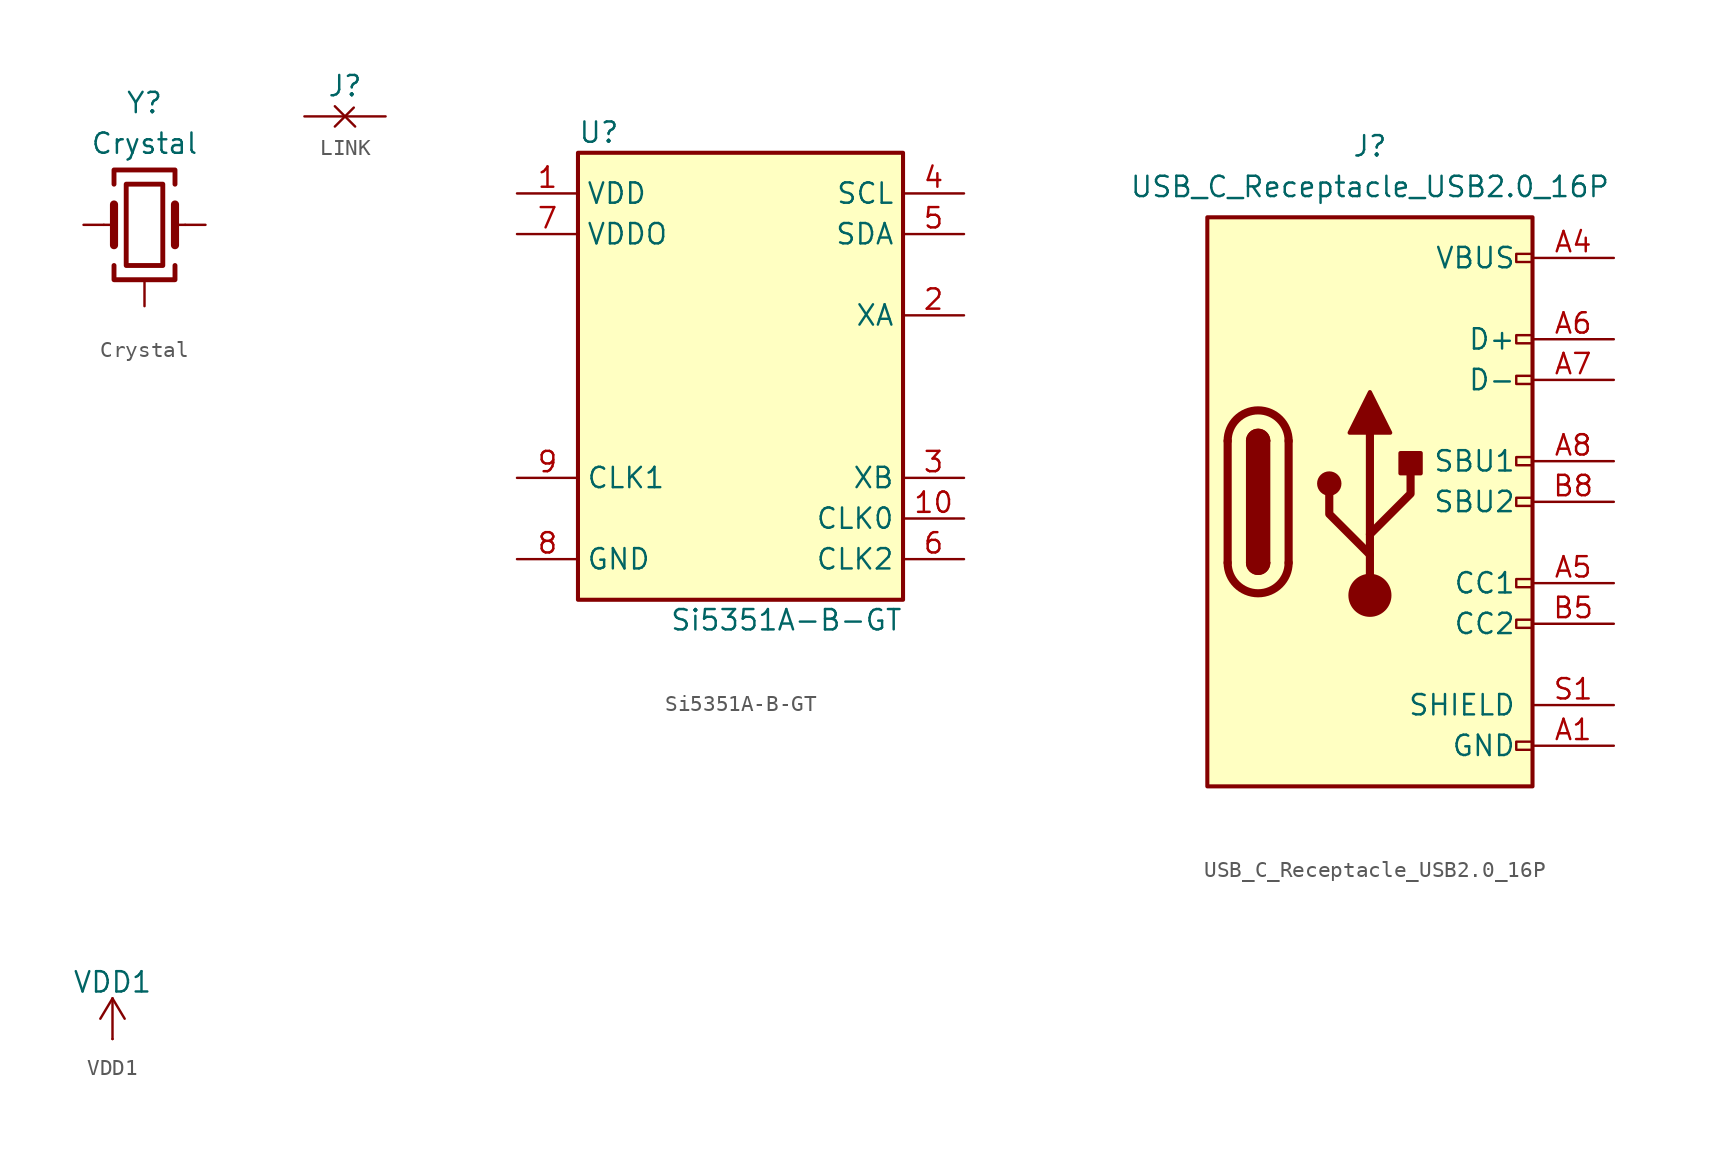
<source format=kicad_sym>
(kicad_symbol_lib
  (version 20231120)
  (generator "kicad_symbol_editor")
  (generator_version "8.0")
  (symbol "Crystal"
    (pin_numbers hide)
    (pin_names
      (offset 1.016) hide)
    (property "Reference" "Y"
      (at 0 7.62 0)
      (effects (font (size 1.27 1.27))))
    (property "Value" "Crystal"
      (at 0 5.08 0)
      (effects (font (size 1.27 1.27))))
    (symbol "Crystal_0_1"
      (polyline (pts (xy -2.54 0) (xy -1.905 0)) (stroke (width 0) (type default)) (fill (type none)))
      (polyline (pts (xy -1.905 -1.27) (xy -1.905 1.27)) (stroke (width 0.508) (type default)) (fill (type none)))
      (polyline (pts (xy 1.905 -1.27) (xy 1.905 1.27)) (stroke (width 0.508) (type default)) (fill (type none)))
      (polyline (pts (xy 2.54 0) (xy 1.905 0)) (stroke (width 0) (type default)) (fill (type none))))
    (symbol "Crystal_1_1"
      (rectangle (start -1.143 2.54) (end 1.143 -2.54) (stroke (width 0.305) (type default)) (fill (type none)))
      (polyline (pts (xy -1.905 -2.54) (xy -1.905 -3.429) (xy 1.905 -3.429) (xy 1.905 -2.54)) (stroke (width 0.305) (type default)) (fill (type none)))
      (polyline (pts (xy -1.905 2.54) (xy -1.905 3.429) (xy 1.905 3.429) (xy 1.905 2.54)) (stroke (width 0.305) (type default)) (fill (type none)))
      (pin passive line (at -3.81 0 0) (length 1.27) (name "1" (effects (font (size 1.27 1.27)))) (number "1" (effects (font (size 1.27 1.27)))))
      (pin power_in line (at 0 -5.08 90) (length 1.651) (name "GND" (effects (font (size 1.27 1.27)))) (number "2" (effects (font (size 1.27 1.27)))))
      (pin passive line (at 3.81 0 180) (length 1.27) (name "3" (effects (font (size 1.27 1.27)))) (number "3" (effects (font (size 1.27 1.27)))))
      (pin power_in line (at 0 -5.08 90) (length 1.651) hide (name "GND" (effects (font (size 1.27 1.27)))) (number "4" (effects (font (size 1.27 1.27)))))))
  (symbol "LINK"
    (pin_numbers hide)
    (property "Reference" "J"
      (at 0 1.905 0)
      (effects (font (size 1.27 1.27))))
    (property "Value" ""
      (at 0 0 0)
      (effects (font (size 1.27 1.27))))
    (symbol "LINK_0_1"
      (polyline (pts (xy -0.635 0.635) (xy 0.635 -0.635)) (stroke (width 0) (type default)) (fill (type none))))
    (symbol "LINK_1_1"
      (polyline (pts (xy -0.635 -0.635) (xy 0.635 0.635)) (stroke (width 0) (type dash)) (fill (type none)))
      (pin passive line (at -2.54 0 0) (length 2.54) (name "~" (effects (font (size 1.27 1.27)))) (number "1" (effects (font (size 1.27 1.27)))))
      (pin passive line (at 2.54 0 180) (length 2.54) (name "~" (effects (font (size 1.27 1.27)))) (number "2" (effects (font (size 1.27 1.27)))))))
  (symbol "Si5351A-B-GT"
    (property "Reference" "U"
      (at -10.16 8.89 0)
      (effects (font (size 1.27 1.27)) (justify left)))
    (property "Value" "Si5351A-B-GT"
      (at 10.16 -21.59 0)
      (effects (font (size 1.27 1.27)) (justify right)))
    (symbol "Si5351A-B-GT_0_1"
      (rectangle (start -10.16 7.62) (end 10.16 -20.32) (stroke (width 0.254) (type default)) (fill (type background))))
    (symbol "Si5351A-B-GT_1_1"
      (pin power_in line (at -13.97 5.08 0) (length 3.81) (name "VDD" (effects (font (size 1.27 1.27)))) (number "1" (effects (font (size 1.27 1.27)))))
      (pin output line (at 13.97 -15.24 180) (length 3.81) (name "CLK0" (effects (font (size 1.27 1.27)))) (number "10" (effects (font (size 1.27 1.27)))))
      (pin input line (at 13.97 -2.54 180) (length 3.81) (name "XA" (effects (font (size 1.27 1.27)))) (number "2" (effects (font (size 1.27 1.27)))))
      (pin input line (at 13.97 -12.7 180) (length 3.81) (name "XB" (effects (font (size 1.27 1.27)))) (number "3" (effects (font (size 1.27 1.27)))))
      (pin input line (at 13.97 5.08 180) (length 3.81) (name "SCL" (effects (font (size 1.27 1.27)))) (number "4" (effects (font (size 1.27 1.27)))))
      (pin bidirectional line (at 13.97 2.54 180) (length 3.81) (name "SDA" (effects (font (size 1.27 1.27)))) (number "5" (effects (font (size 1.27 1.27)))))
      (pin output line (at 13.97 -17.78 180) (length 3.81) (name "CLK2" (effects (font (size 1.27 1.27)))) (number "6" (effects (font (size 1.27 1.27)))))
      (pin power_in line (at -13.97 2.54 0) (length 3.81) (name "VDDO" (effects (font (size 1.27 1.27)))) (number "7" (effects (font (size 1.27 1.27)))))
      (pin power_in line (at -13.97 -17.78 0) (length 3.81) (name "GND" (effects (font (size 1.27 1.27)))) (number "8" (effects (font (size 1.27 1.27)))))
      (pin output line (at -13.97 -12.7 0) (length 3.81) (name "CLK1" (effects (font (size 1.27 1.27)))) (number "9" (effects (font (size 1.27 1.27)))))))
  (symbol "USB_C_Receptacle_USB2.0_16P"
    (pin_names
      (offset 1.016))
    (property "Reference" "J"
      (at 0 22.225 0)
      (effects (font (size 1.27 1.27))))
    (property "Value" "USB_C_Receptacle_USB2.0_16P"
      (at 0 19.685 0)
      (effects (font (size 1.27 1.27))))
    (symbol "USB_C_Receptacle_USB2.0_16P_0_0"
      (rectangle (start 10.16 -15.494) (end 9.144 -14.986) (stroke (width 0) (type default)) (fill (type none)))
      (rectangle (start 10.16 -7.366) (end 9.144 -7.874) (stroke (width 0) (type default)) (fill (type none)))
      (rectangle (start 10.16 -4.826) (end 9.144 -5.334) (stroke (width 0) (type default)) (fill (type none)))
      (rectangle (start 10.16 0.254) (end 9.144 -0.254) (stroke (width 0) (type default)) (fill (type none)))
      (rectangle (start 10.16 2.794) (end 9.144 2.286) (stroke (width 0) (type default)) (fill (type none)))
      (rectangle (start 10.16 7.874) (end 9.144 7.366) (stroke (width 0) (type default)) (fill (type none)))
      (rectangle (start 10.16 10.414) (end 9.144 9.906) (stroke (width 0) (type default)) (fill (type none)))
      (rectangle (start 10.16 15.494) (end 9.144 14.986) (stroke (width 0) (type default)) (fill (type none))))
    (symbol "USB_C_Receptacle_USB2.0_16P_0_1"
      (rectangle (start -10.16 17.78) (end 10.16 -17.78) (stroke (width 0.254) (type default)) (fill (type background)))
      (arc (start -8.89 -3.81) (mid -6.985 -5.7067) (end -5.08 -3.81) (stroke (width 0.508) (type default)) (fill (type none)))
      (arc (start -7.62 -3.81) (mid -6.985 -4.4423) (end -6.35 -3.81) (stroke (width 0.254) (type default)) (fill (type none)))
      (arc (start -7.62 -3.81) (mid -6.985 -4.4423) (end -6.35 -3.81) (stroke (width 0.254) (type default)) (fill (type outline)))
      (rectangle (start -7.62 -3.81) (end -6.35 3.81) (stroke (width 0.254) (type default)) (fill (type outline)))
      (arc (start -6.35 3.81) (mid -6.985 4.4423) (end -7.62 3.81) (stroke (width 0.254) (type default)) (fill (type none)))
      (arc (start -6.35 3.81) (mid -6.985 4.4423) (end -7.62 3.81) (stroke (width 0.254) (type default)) (fill (type outline)))
      (arc (start -5.08 3.81) (mid -6.985 5.7067) (end -8.89 3.81) (stroke (width 0.508) (type default)) (fill (type none)))
      (circle (center -2.54 1.143) (radius 0.635) (stroke (width 0.254) (type default)) (fill (type outline)))
      (circle (center 0 -5.842) (radius 1.27) (stroke (width 0) (type default)) (fill (type outline)))
      (polyline (pts (xy -8.89 -3.81) (xy -8.89 3.81)) (stroke (width 0.508) (type default)) (fill (type none)))
      (polyline (pts (xy -5.08 3.81) (xy -5.08 -3.81)) (stroke (width 0.508) (type default)) (fill (type none)))
      (polyline (pts (xy 0 -5.842) (xy 0 4.318)) (stroke (width 0.508) (type default)) (fill (type none)))
      (polyline (pts (xy 0 -3.302) (xy -2.54 -0.762) (xy -2.54 0.508)) (stroke (width 0.508) (type default)) (fill (type none)))
      (polyline (pts (xy 0 -2.032) (xy 2.54 0.508) (xy 2.54 1.778)) (stroke (width 0.508) (type default)) (fill (type none)))
      (polyline (pts (xy -1.27 4.318) (xy 0 6.858) (xy 1.27 4.318) (xy -1.27 4.318)) (stroke (width 0.254) (type default)) (fill (type outline)))
      (rectangle (start 1.905 1.778) (end 3.175 3.048) (stroke (width 0.254) (type default)) (fill (type outline))))
    (symbol "USB_C_Receptacle_USB2.0_16P_1_1"
      (pin passive line (at 15.24 -15.24 180) (length 5.08) (name "GND" (effects (font (size 1.27 1.27)))) (number "A1" (effects (font (size 1.27 1.27)))))
      (pin passive line (at 15.24 -15.24 180) (length 5.08) hide (name "GND" (effects (font (size 1.27 1.27)))) (number "A12" (effects (font (size 1.27 1.27)))))
      (pin passive line (at 15.24 15.24 180) (length 5.08) (name "VBUS" (effects (font (size 1.27 1.27)))) (number "A4" (effects (font (size 1.27 1.27)))))
      (pin bidirectional line (at 15.24 -5.08 180) (length 5.08) (name "CC1" (effects (font (size 1.27 1.27)))) (number "A5" (effects (font (size 1.27 1.27)))))
      (pin bidirectional line (at 15.24 10.16 180) (length 5.08) (name "D+" (effects (font (size 1.27 1.27)))) (number "A6" (effects (font (size 1.27 1.27)))))
      (pin bidirectional line (at 15.24 7.62 180) (length 5.08) (name "D-" (effects (font (size 1.27 1.27)))) (number "A7" (effects (font (size 1.27 1.27)))))
      (pin bidirectional line (at 15.24 2.54 180) (length 5.08) (name "SBU1" (effects (font (size 1.27 1.27)))) (number "A8" (effects (font (size 1.27 1.27)))))
      (pin passive line (at 15.24 15.24 180) (length 5.08) hide (name "VBUS" (effects (font (size 1.27 1.27)))) (number "A9" (effects (font (size 1.27 1.27)))))
      (pin passive line (at 15.24 -15.24 180) (length 5.08) hide (name "GND" (effects (font (size 1.27 1.27)))) (number "B1" (effects (font (size 1.27 1.27)))))
      (pin passive line (at 15.24 -15.24 180) (length 5.08) hide (name "GND" (effects (font (size 1.27 1.27)))) (number "B12" (effects (font (size 1.27 1.27)))))
      (pin passive line (at 15.24 15.24 180) (length 5.08) hide (name "VBUS" (effects (font (size 1.27 1.27)))) (number "B4" (effects (font (size 1.27 1.27)))))
      (pin bidirectional line (at 15.24 -7.62 180) (length 5.08) (name "CC2" (effects (font (size 1.27 1.27)))) (number "B5" (effects (font (size 1.27 1.27)))))
      (pin bidirectional line (at 15.24 10.16 180) (length 5.08) hide (name "D+" (effects (font (size 1.27 1.27)))) (number "B6" (effects (font (size 1.27 1.27)))))
      (pin bidirectional line (at 15.24 7.62 180) (length 5.08) hide (name "D-" (effects (font (size 1.27 1.27)))) (number "B7" (effects (font (size 1.27 1.27)))))
      (pin bidirectional line (at 15.24 0 180) (length 5.08) (name "SBU2" (effects (font (size 1.27 1.27)))) (number "B8" (effects (font (size 1.27 1.27)))))
      (pin passive line (at 15.24 15.24 180) (length 5.08) hide (name "VBUS" (effects (font (size 1.27 1.27)))) (number "B9" (effects (font (size 1.27 1.27)))))
      (pin passive line (at 15.24 -12.7 180) (length 5.08) (name "SHIELD" (effects (font (size 1.27 1.27)))) (number "S1" (effects (font (size 1.27 1.27)))))))
  (symbol "VDD1"
    (power)
    (pin_numbers hide)
    (pin_names
      (offset 0) hide)
    (property "Reference" "#PWR"
      (at 0 -3.81 0)
      (effects (font (size 1.27 1.27)) (hide yes)))
    (property "Value" "VDD1"
      (at 0 3.556 0)
      (effects (font (size 1.27 1.27))))
    (symbol "VDD1_0_1"
      (polyline (pts (xy -0.762 1.27) (xy 0 2.54)) (stroke (width 0) (type default)) (fill (type none)))
      (polyline (pts (xy 0 0) (xy 0 2.54)) (stroke (width 0) (type default)) (fill (type none)))
      (polyline (pts (xy 0 2.54) (xy 0.762 1.27)) (stroke (width 0) (type default)) (fill (type none))))
    (symbol "VDD1_1_1"
      (pin power_in line (at 0 0 90) (length 0) (name "~" (effects (font (size 1.27 1.27)))) (number "1" (effects (font (size 1.27 1.27))))))))
</source>
